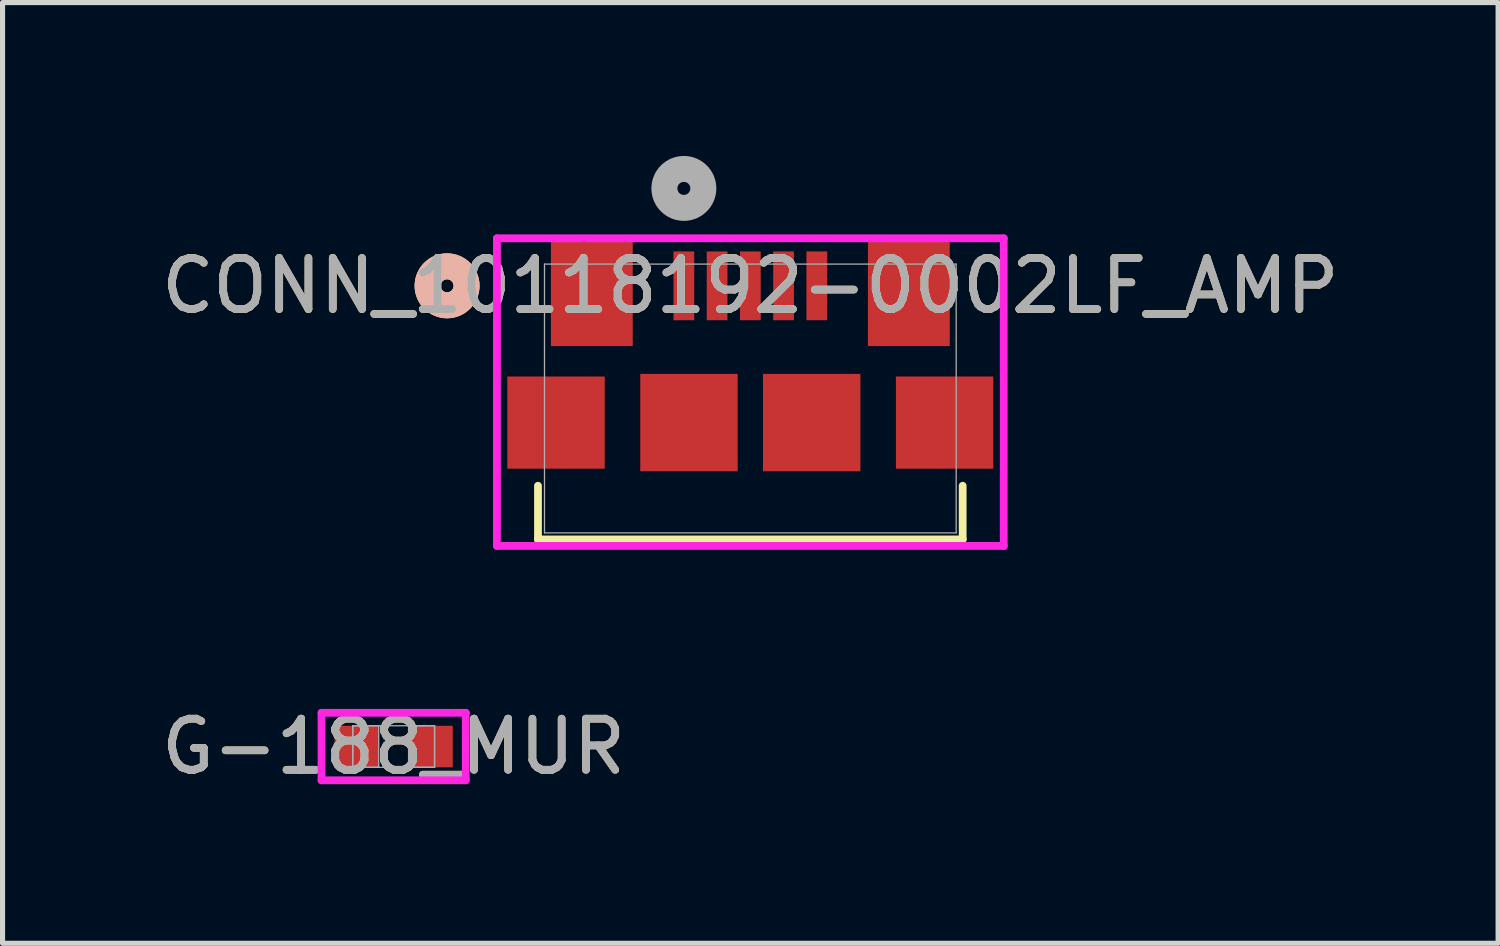
<source format=kicad_pcb>
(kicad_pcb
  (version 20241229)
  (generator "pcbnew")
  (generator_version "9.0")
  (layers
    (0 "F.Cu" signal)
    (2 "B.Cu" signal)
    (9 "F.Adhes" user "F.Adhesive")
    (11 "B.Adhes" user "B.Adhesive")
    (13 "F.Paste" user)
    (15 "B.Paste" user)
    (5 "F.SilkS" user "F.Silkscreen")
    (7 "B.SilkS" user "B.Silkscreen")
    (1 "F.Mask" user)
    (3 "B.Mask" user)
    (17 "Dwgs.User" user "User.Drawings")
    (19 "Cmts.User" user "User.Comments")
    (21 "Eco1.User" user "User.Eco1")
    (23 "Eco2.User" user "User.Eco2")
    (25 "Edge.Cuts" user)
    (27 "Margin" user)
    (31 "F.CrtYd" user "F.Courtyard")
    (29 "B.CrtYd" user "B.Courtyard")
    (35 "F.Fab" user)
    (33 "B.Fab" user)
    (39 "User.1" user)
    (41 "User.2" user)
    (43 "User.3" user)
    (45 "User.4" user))
  (footprint "G-188_MUR"
    (layer "F.Cu")
    (at 4.649 11.551)
    (property "Reference" "G-188_MUR" (at 0 0 0) (unlocked yes) (layer "F.SilkS") (effects (font (size 1 1) (thickness 0.15))))
    (attr smd)
    (fp_line (start -1.41 -0.66) (end 1.41 -0.66) (stroke (width 0.152) (type solid)) (layer "F.CrtYd"))
    (fp_line (start -1.41 0.66) (end -1.41 -0.66) (stroke (width 0.152) (type solid)) (layer "F.CrtYd"))
    (fp_line (start 1.41 -0.66) (end 1.41 0.66) (stroke (width 0.152) (type solid)) (layer "F.CrtYd"))
    (fp_line (start 1.41 0.66) (end -1.41 0.66) (stroke (width 0.152) (type solid)) (layer "F.CrtYd"))
    (fp_line (start -0.8 -0.406) (end -0.8 0.406) (stroke (width 0.025) (type solid)) (layer "F.Fab"))
    (fp_line (start -0.8 -0.406) (end -0.8 0.406) (stroke (width 0.025) (type solid)) (layer "F.Fab"))
    (fp_line (start -0.8 0.406) (end -0.292 0.406) (stroke (width 0.025) (type solid)) (layer "F.Fab"))
    (fp_line (start -0.8 0.406) (end 0.8 0.406) (stroke (width 0.025) (type solid)) (layer "F.Fab"))
    (fp_line (start -0.292 -0.406) (end -0.8 -0.406) (stroke (width 0.025) (type solid)) (layer "F.Fab"))
    (fp_line (start -0.292 0.406) (end -0.292 -0.406) (stroke (width 0.025) (type solid)) (layer "F.Fab"))
    (fp_line (start 0.292 -0.406) (end 0.292 0.406) (stroke (width 0.025) (type solid)) (layer "F.Fab"))
    (fp_line (start 0.292 0.406) (end 0.8 0.406) (stroke (width 0.025) (type solid)) (layer "F.Fab"))
    (fp_line (start 0.8 -0.406) (end -0.8 -0.406) (stroke (width 0.025) (type solid)) (layer "F.Fab"))
    (fp_line (start 0.8 -0.406) (end 0.292 -0.406) (stroke (width 0.025) (type solid)) (layer "F.Fab"))
    (fp_line (start 0.8 0.406) (end 0.8 -0.406) (stroke (width 0.025) (type solid)) (layer "F.Fab"))
    (fp_line (start 0.8 0.406) (end 0.8 -0.406) (stroke (width 0.025) (type solid)) (layer "F.Fab"))
    (fp_circle (center -0.597 0) (end -0.597 0) (stroke (width 0.025) (type solid)) (fill no) (layer "F.Fab"))
    (fp_text user "${REFERENCE}" (at 0 0 0) (unlocked yes) (layer "F.Fab") (effects (font (size 1 1) (thickness 0.15))))
    (pad "1" smd rect (at -0.724 0) (size 0.864 0.813) (layers "F.Cu" "F.Mask" "F.Paste"))
    (pad "2" smd rect (at 0.724 0) (size 0.864 0.813) (layers "F.Cu" "F.Mask" "F.Paste"))
    (zone (net_name "") (layer "F.Cu") (hatch full 0.508) (connect_pads) (min_thickness 0.254) (filled_areas_thickness no) (keepout (tracks not_allowed) (vias not_allowed) (pads allowed) (copperpour not_allowed) (footprints allowed)) (placement (enabled no)) (fill) (polygon (pts (xy 4.408 11.196) (xy 4.89 11.196) (xy 4.89 11.907) (xy 4.408 11.907)))))
  (footprint "CONN_10118192-0002LF_AMP"
    (layer "F.Cu")
    (at 11.625 4.744)
    (property "Reference" "CONN_10118192-0002LF_AMP" (at 0 -2.204 0) (unlocked yes) (layer "F.SilkS") (effects (font (size 1 1) (thickness 0.15))))
    (attr smd)
    (fp_line (start -4.153 1.706) (end -4.153 2.756) (stroke (width 0.152) (type solid)) (layer "F.SilkS"))
    (fp_line (start -4.153 2.756) (end 4.153 2.756) (stroke (width 0.152) (type solid)) (layer "F.SilkS"))
    (fp_line (start 4.153 2.756) (end 4.153 1.706) (stroke (width 0.152) (type solid)) (layer "F.SilkS"))
    (fp_circle (center -5.931 -2.204) (end -5.55 -2.204) (stroke (width 0.508) (type solid)) (fill no) (layer "F.SilkS"))
    (fp_circle (center -5.931 -2.204) (end -5.55 -2.204) (stroke (width 0.508) (type solid)) (fill no) (layer "B.SilkS"))
    (fp_line (start -4.956 -3.133) (end -4.956 2.883) (stroke (width 0.152) (type solid)) (layer "F.CrtYd"))
    (fp_line (start -4.956 2.883) (end 4.956 2.883) (stroke (width 0.152) (type solid)) (layer "F.CrtYd"))
    (fp_line (start 4.956 -3.133) (end -4.956 -3.133) (stroke (width 0.152) (type solid)) (layer "F.CrtYd"))
    (fp_line (start 4.956 2.883) (end 4.956 -3.133) (stroke (width 0.152) (type solid)) (layer "F.CrtYd"))
    (fp_line (start -4.026 -2.629) (end -4.026 2.629) (stroke (width 0.025) (type solid)) (layer "F.Fab"))
    (fp_line (start -4.026 2.629) (end 4.026 2.629) (stroke (width 0.025) (type solid)) (layer "F.Fab"))
    (fp_line (start 4.026 -2.629) (end -4.026 -2.629) (stroke (width 0.025) (type solid)) (layer "F.Fab"))
    (fp_line (start 4.026 2.629) (end 4.026 -2.629) (stroke (width 0.025) (type solid)) (layer "F.Fab"))
    (fp_circle (center -1.3 -4.109) (end -0.919 -4.109) (stroke (width 0.508) (type solid)) (fill no) (layer "F.Fab"))
    (fp_text user "${REFERENCE}" (at 0 -2.204 0) (unlocked yes) (layer "F.Fab") (effects (font (size 1 1) (thickness 0.15))))
    (pad "1" smd rect (at -1.3 -2.204) (size 0.406 1.346) (layers "F.Cu" "F.Mask" "F.Paste"))
    (pad "2" smd rect (at -0.65 -2.204) (size 0.406 1.346) (layers "F.Cu" "F.Mask" "F.Paste"))
    (pad "3" smd rect (at 0 -2.204) (size 0.406 1.346) (layers "F.Cu" "F.Mask" "F.Paste"))
    (pad "4" smd rect (at 0.65 -2.204) (size 0.406 1.346) (layers "F.Cu" "F.Mask" "F.Paste"))
    (pad "5" smd rect (at 1.3 -2.204) (size 0.406 1.346) (layers "F.Cu" "F.Mask" "F.Paste"))
    (pad "6" smd rect (at -3.1 -2.079 90) (size 2.108 1.6) (layers "F.Cu" "F.Mask" "F.Paste"))
    (pad "7" smd rect (at 3.1 -2.079 90) (size 2.108 1.6) (layers "F.Cu" "F.Mask" "F.Paste"))
    (pad "8" smd rect (at -3.8 0.471 90) (size 1.803 1.905) (layers "F.Cu" "F.Mask" "F.Paste"))
    (pad "9" smd rect (at 3.8 0.471 90) (size 1.803 1.905) (layers "F.Cu" "F.Mask" "F.Paste"))
    (pad "10" smd rect (at -1.2 0.471 90) (size 1.905 1.905) (layers "F.Cu" "F.Mask" "F.Paste"))
    (pad "11" smd rect (at 1.2 0.471 90) (size 1.905 1.905) (layers "F.Cu" "F.Mask" "F.Paste")))
  (gr_rect
    (start -3 -3)
    (end 26.25 15.399)
    (stroke (width 0.1) (type default))
    (fill no)
    (layer "Edge.Cuts")))
</source>
